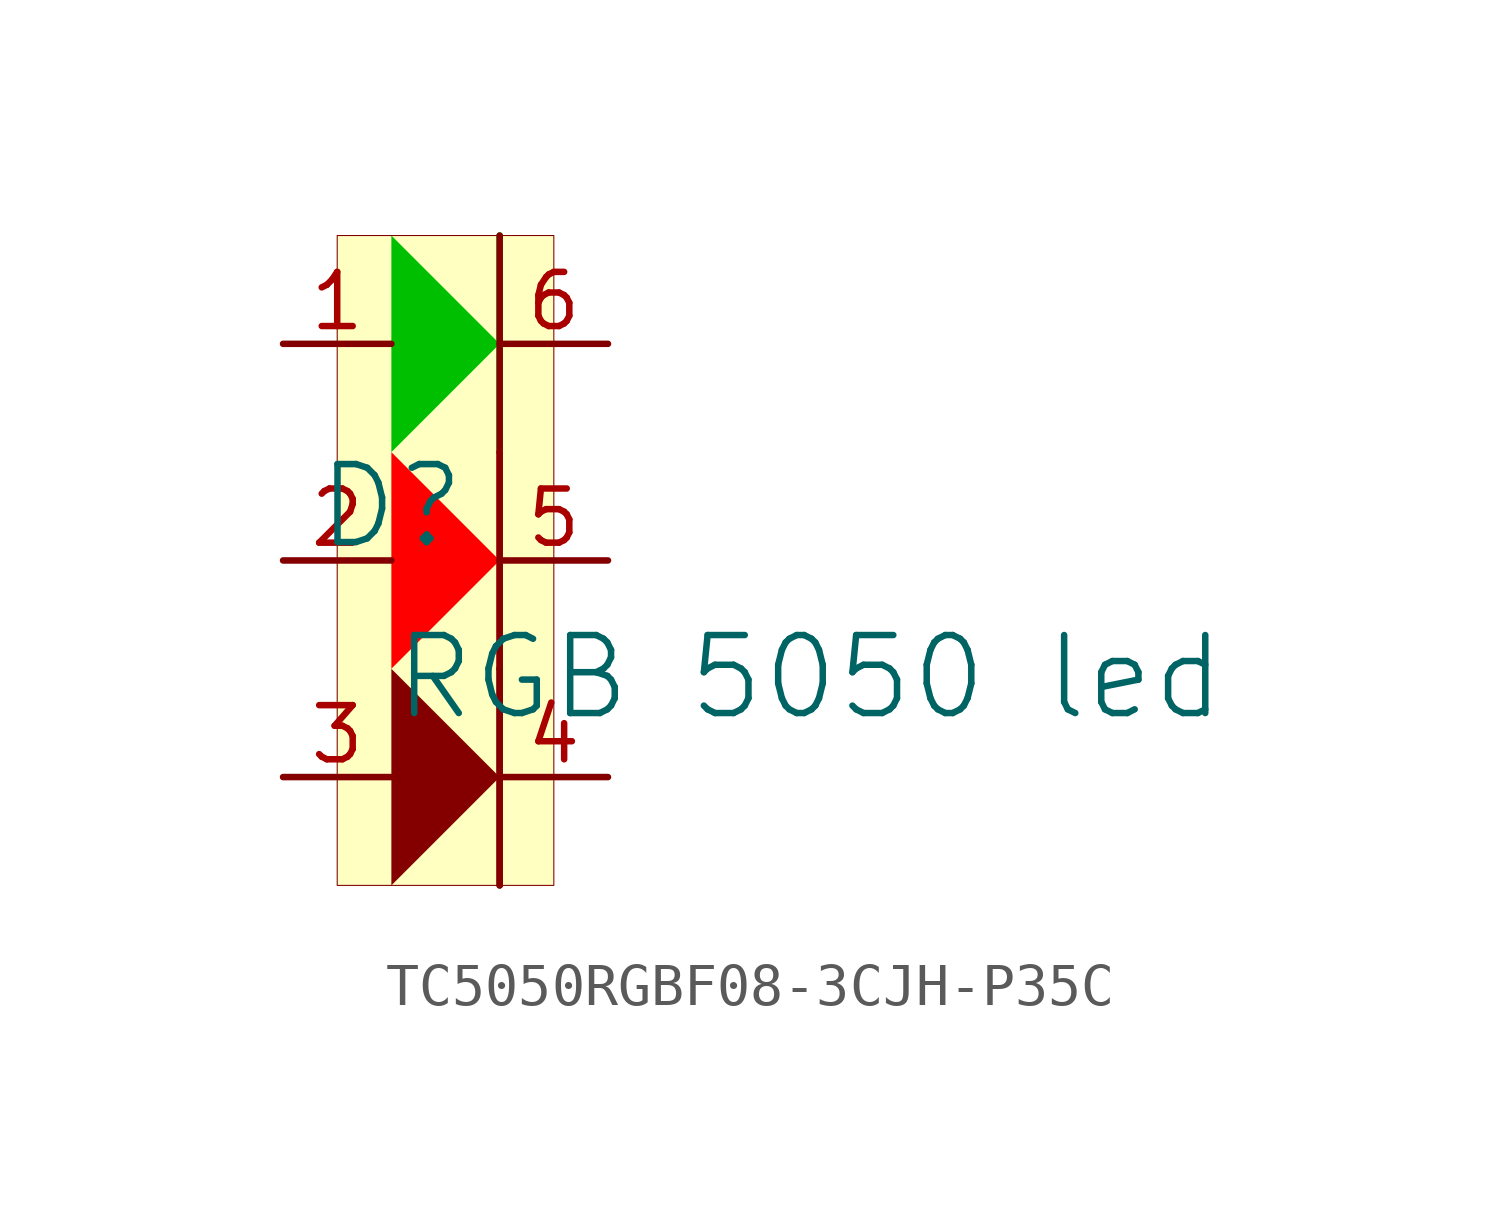
<source format=kicad_sym>
(kicad_symbol_lib
  (version 20241209)
  (generator "kicad_symbol_editor")
  (generator_version "9.0")
  (symbol "TC5050RGBF08-3CJH-P35C"
    (pin_names
      (hide yes))
    (property "Reference" "D"
      (at -1.27 1.27 0)
      (effects (font (size 1.829 1.829))))
    (property "Value" "RGB 5050 led"
      (at -1.27 -3.81 0)
      (effects (font (size 1.829 1.829)) (justify left bottom)))
    (symbol "TC5050RGBF08-3CJH-P35C_1_0"
      (polyline (pts (xy -1.27 2.54) (xy 1.27 5.08) (xy -1.27 7.62) (xy -1.27 2.54)) (stroke (width -0.0001) (type solid) (color 0 191 0 1)) (fill (type outline)))
      (polyline (pts (xy -1.27 -2.54) (xy 1.27 0) (xy -1.27 2.54) (xy -1.27 -2.54)) (stroke (width -0.0001) (type solid) (color 255 0 0 1)) (fill (type outline)))
      (polyline (pts (xy -1.27 -7.62) (xy 1.27 -5.08) (xy -1.27 -2.54) (xy -1.27 -7.62)) (stroke (width -0.0001) (type solid)) (fill (type outline)))
      (polyline (pts (xy 1.27 7.62) (xy 1.27 2.54)) (stroke (width 0) (type solid) (color 0 191 0 1)) (fill (type none)))
      (polyline (pts (xy 1.27 2.54) (xy 1.27 7.62)) (stroke (width 0) (type solid)) (fill (type none)))
      (polyline (pts (xy 1.27 -2.54) (xy 1.27 2.54)) (stroke (width 0) (type solid) (color 255 0 0 1)) (fill (type none)))
      (polyline (pts (xy 1.27 -2.54) (xy 1.27 2.54)) (stroke (width 0) (type solid)) (fill (type none)))
      (polyline (pts (xy 1.27 -2.54) (xy 1.27 -7.62)) (stroke (width 0) (type solid)) (fill (type none)))
      (polyline (pts (xy 1.27 -7.62) (xy 1.27 -2.54)) (stroke (width 0) (type solid)) (fill (type none)))
      (rectangle (start 2.54 7.62) (end -2.54 -7.62) (stroke (width 0.025) (type solid) (color 128 0 0 1)) (fill (type background)))
      (pin passive line (at -3.81 5.08 0) (length 2.54) (name "1" (effects (font (size 1.27 1.27)))) (number "1" (effects (font (size 1.27 1.27)))))
      (pin passive line (at -3.81 0 0) (length 2.54) (name "2" (effects (font (size 1.27 1.27)))) (number "2" (effects (font (size 1.27 1.27)))))
      (pin passive line (at -3.81 -5.08 0) (length 2.54) (name "3" (effects (font (size 1.27 1.27)))) (number "3" (effects (font (size 1.27 1.27)))))
      (pin passive line (at 3.81 5.08 180) (length 2.54) (name "6" (effects (font (size 1.27 1.27)))) (number "6" (effects (font (size 1.27 1.27)))))
      (pin passive line (at 3.81 0 180) (length 2.54) (name "5" (effects (font (size 1.27 1.27)))) (number "5" (effects (font (size 1.27 1.27)))))
      (pin passive line (at 3.81 -5.08 180) (length 2.54) (name "4" (effects (font (size 1.27 1.27)))) (number "4" (effects (font (size 1.27 1.27))))))))
</source>
